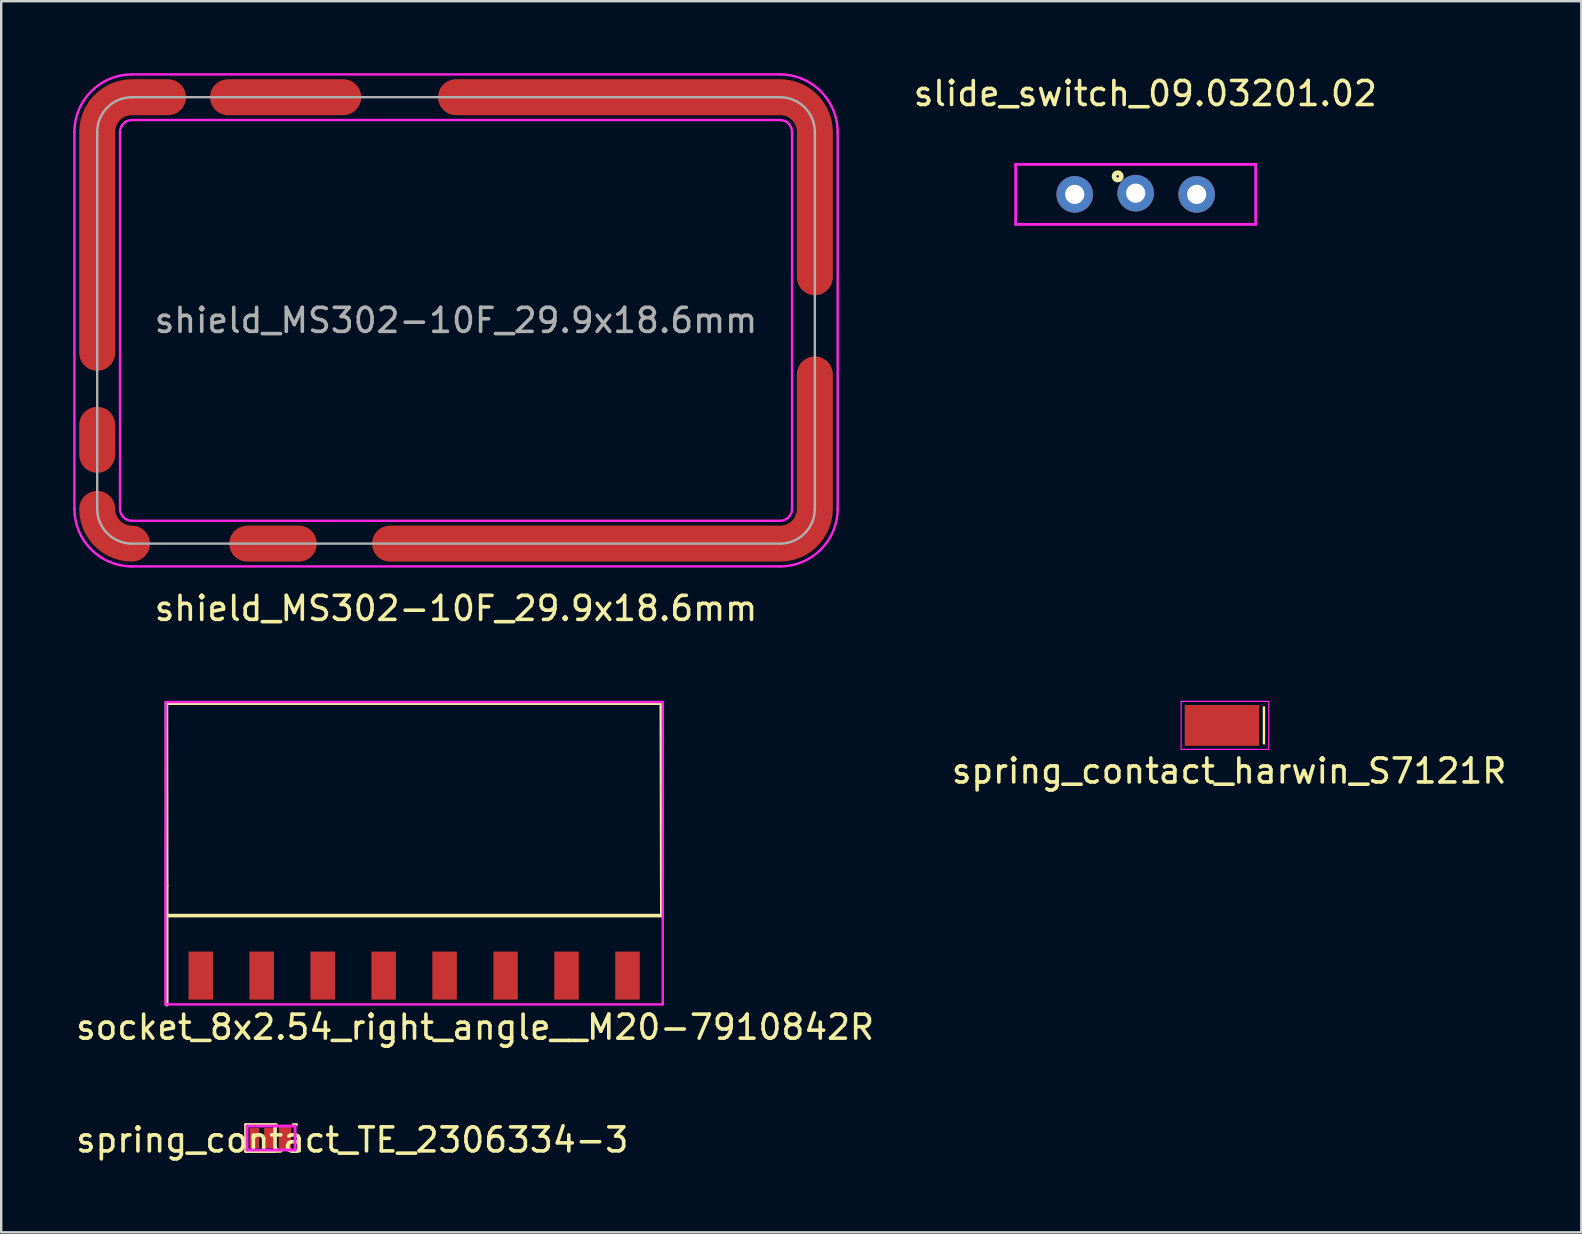
<source format=kicad_pcb>
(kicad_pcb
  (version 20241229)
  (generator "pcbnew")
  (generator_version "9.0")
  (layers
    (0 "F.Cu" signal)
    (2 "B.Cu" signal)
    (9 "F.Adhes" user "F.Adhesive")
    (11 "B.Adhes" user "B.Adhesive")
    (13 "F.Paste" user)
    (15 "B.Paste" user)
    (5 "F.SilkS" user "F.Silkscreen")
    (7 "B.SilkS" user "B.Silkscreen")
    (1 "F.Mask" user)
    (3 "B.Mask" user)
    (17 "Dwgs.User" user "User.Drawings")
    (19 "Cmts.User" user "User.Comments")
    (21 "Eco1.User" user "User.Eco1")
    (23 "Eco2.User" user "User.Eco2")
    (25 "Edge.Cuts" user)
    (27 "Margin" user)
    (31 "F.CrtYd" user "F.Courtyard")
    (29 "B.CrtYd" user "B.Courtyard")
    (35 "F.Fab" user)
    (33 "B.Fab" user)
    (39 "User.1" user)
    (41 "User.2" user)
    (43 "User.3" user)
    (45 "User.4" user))
  (footprint "socket_8x2.54_right_angle__M20-7910842R"
    (layer "F.Cu")
    (at 14.204 37.598)
    (property "Reference" "socket_8x2.54_right_angle__M20-7910842R" (at 2.54 2.15 0) (layer "F.SilkS") (effects (font (size 1 1) (thickness 0.15))))
    (attr smd)
    (fp_line (start -10.32 -11.35) (end -10.31 -3.75) (stroke (width 0.15) (type solid)) (layer "F.SilkS"))
    (fp_line (start -10.31 -3.75) (end -10.31 1.21) (stroke (width 0.15) (type solid)) (layer "F.SilkS"))
    (fp_line (start -10.3 -2.5) (end 10.32 -2.5) (stroke (width 0.15) (type solid)) (layer "F.SilkS"))
    (fp_line (start 10.3 -11.35) (end -10.32 -11.35) (stroke (width 0.15) (type solid)) (layer "F.SilkS"))
    (fp_line (start 10.3 -11.35) (end 10.32 -2.5) (stroke (width 0.15) (type solid)) (layer "F.SilkS"))
    (fp_line (start -10.36 -3.8) (end -10.35 -11.4) (stroke (width 0.1) (type solid)) (layer "F.CrtYd"))
    (fp_line (start -10.36 1.2) (end -10.36 -3.8) (stroke (width 0.1) (type solid)) (layer "F.CrtYd"))
    (fp_line (start -10.36 1.2) (end 10.36 1.2) (stroke (width 0.1) (type solid)) (layer "F.CrtYd"))
    (fp_line (start -10.35 -11.4) (end 10.36 -11.4) (stroke (width 0.1) (type solid)) (layer "F.CrtYd"))
    (fp_line (start 10.36 -11.4) (end 10.36 1.2) (stroke (width 0.1) (type solid)) (layer "F.CrtYd"))
    (pad "1" smd rect (at -8.89 0) (size 1.02 2) (layers "F.Cu" "F.Mask" "F.Paste"))
    (pad "2" smd rect (at -6.35 0) (size 1.02 2) (layers "F.Cu" "F.Mask" "F.Paste"))
    (pad "3" smd rect (at -3.81 0) (size 1.02 2) (layers "F.Cu" "F.Mask" "F.Paste"))
    (pad "4" smd rect (at -1.27 0) (size 1.02 2) (layers "F.Cu" "F.Mask" "F.Paste"))
    (pad "5" smd rect (at 1.27 0) (size 1.02 2) (layers "F.Cu" "F.Mask" "F.Paste"))
    (pad "6" smd rect (at 3.81 0) (size 1.02 2) (layers "F.Cu" "F.Mask" "F.Paste"))
    (pad "7" smd rect (at 6.35 0) (size 1.02 2) (layers "F.Cu" "F.Mask" "F.Paste"))
    (pad "8" smd rect (at 8.89 0) (size 1.02 2) (layers "F.Cu" "F.Mask" "F.Paste")))
  (footprint "spring_contact_harwin_S7121R"
    (layer "F.Cu")
    (at 48.161 27.173)
    (property "Reference" "spring_contact_harwin_S7121R" (at 0 1.9 0) (layer "F.SilkS") (effects (font (size 1 1) (thickness 0.15))))
    (attr through_hole)
    (fp_line (start 1.45 -0.75) (end 1.45 0.75) (stroke (width 0.1) (type solid)) (layer "F.SilkS"))
    (fp_line (start -2 -1) (end -2 1) (stroke (width 0.05) (type solid)) (layer "F.CrtYd"))
    (fp_line (start 1.65 -1) (end -2 -1) (stroke (width 0.05) (type solid)) (layer "F.CrtYd"))
    (fp_line (start 1.65 1) (end -2 1) (stroke (width 0.05) (type solid)) (layer "F.CrtYd"))
    (fp_line (start 1.65 1) (end 1.65 -1) (stroke (width 0.05) (type solid)) (layer "F.CrtYd"))
    (pad "1" smd rect (at -0.3 0) (size 3.1 1.7) (layers "F.Cu" "F.Mask" "F.Paste")))
  (footprint "shield_MS302-10F_29.9x18.6mm"
    (layer "F.Cu")
    (at 15.95 10.3)
    (property "Reference" "shield_MS302-10F_29.9x18.6mm" (at 0 12 0) (layer "F.SilkS") (effects (font (size 1 1) (thickness 0.15))))
    (attr smd)
    (fp_line (start -15.9 7.85) (end -15.9 -7.85) (stroke (width 0.1) (type solid)) (layer "F.CrtYd"))
    (fp_line (start -14 7.85) (end -14 -7.85) (stroke (width 0.1) (type solid)) (layer "F.CrtYd"))
    (fp_line (start 13.5 -10.25) (end -13.5 -10.25) (stroke (width 0.1) (type solid)) (layer "F.CrtYd"))
    (fp_line (start 13.5 -8.35) (end -13.5 -8.35) (stroke (width 0.1) (type solid)) (layer "F.CrtYd"))
    (fp_line (start 13.5 8.35) (end -13.5 8.35) (stroke (width 0.1) (type solid)) (layer "F.CrtYd"))
    (fp_line (start 13.5 10.25) (end -13.5 10.25) (stroke (width 0.1) (type solid)) (layer "F.CrtYd"))
    (fp_line (start 14 -7.85) (end 14 7.85) (stroke (width 0.1) (type solid)) (layer "F.CrtYd"))
    (fp_line (start 15.9 -7.85) (end 15.9 7.85) (stroke (width 0.1) (type solid)) (layer "F.CrtYd"))
    (fp_arc (start -15.9 -7.85) (mid -15.197056 -9.547056) (end -13.5 -10.25) (stroke (width 0.1) (type solid)) (layer "F.CrtYd"))
    (fp_arc (start -14 -7.85) (mid -13.853553 -8.203553) (end -13.5 -8.35) (stroke (width 0.1) (type solid)) (layer "F.CrtYd"))
    (fp_arc (start -13.5 8.35) (mid -13.853553 8.203553) (end -14 7.85) (stroke (width 0.1) (type solid)) (layer "F.CrtYd"))
    (fp_arc (start -13.5 10.25) (mid -15.197056 9.547056) (end -15.9 7.85) (stroke (width 0.1) (type solid)) (layer "F.CrtYd"))
    (fp_arc (start 13.5 -10.25) (mid 15.197056 -9.547056) (end 15.9 -7.85) (stroke (width 0.1) (type solid)) (layer "F.CrtYd"))
    (fp_arc (start 13.5 -8.35) (mid 13.853553 -8.203553) (end 14 -7.85) (stroke (width 0.1) (type solid)) (layer "F.CrtYd"))
    (fp_arc (start 14 7.85) (mid 13.853553 8.203553) (end 13.5 8.35) (stroke (width 0.1) (type solid)) (layer "F.CrtYd"))
    (fp_arc (start 15.9 7.85) (mid 15.197056 9.547056) (end 13.5 10.25) (stroke (width 0.1) (type solid)) (layer "F.CrtYd"))
    (fp_line (start -14.95 -7.85) (end -14.95 7.85) (stroke (width 0.1) (type solid)) (layer "F.Fab"))
    (fp_line (start -13.5 -9.3) (end 13.5 -9.3) (stroke (width 0.1) (type solid)) (layer "F.Fab"))
    (fp_line (start 13.5 9.3) (end -13.5 9.3) (stroke (width 0.1) (type solid)) (layer "F.Fab"))
    (fp_line (start 14.95 -7.85) (end 14.95 7.85) (stroke (width 0.1) (type solid)) (layer "F.Fab"))
    (fp_arc (start -14.95 -7.85) (mid -14.525305 -8.875305) (end -13.5 -9.3) (stroke (width 0.1) (type solid)) (layer "F.Fab"))
    (fp_arc (start -13.5 9.3) (mid -14.525305 8.875305) (end -14.95 7.85) (stroke (width 0.1) (type solid)) (layer "F.Fab"))
    (fp_arc (start 13.5 -9.3) (mid 14.525305 -8.875305) (end 14.95 -7.85) (stroke (width 0.1) (type solid)) (layer "F.Fab"))
    (fp_arc (start 14.95 7.85) (mid 14.525305 8.875305) (end 13.5 9.3) (stroke (width 0.1) (type solid)) (layer "F.Fab"))
    (fp_text user "${REFERENCE}" (at 0 0 0) (layer "F.Fab") (effects (font (size 1 1) (thickness 0.15))))
    (pad "1" smd custom (at -14.95 -1) (size 1 1) (layers "F.Cu" "F.Mask" "F.Paste") (options (anchor circle)) (primitives (gr_line (start 0 -6.85) (end 0 2.35) (width 1.5)) (gr_line (start 2.95 -8.3) (end 1.45 -8.3) (width 1.5)) (gr_arc (start 0 -6.85) (mid 0.424695 -7.875305) (end 1.45 -8.3) (width 1.5))))
    (pad "1" smd custom (at -14.95 5.55) (size 1 1) (layers "F.Cu" "F.Mask" "F.Paste") (options (anchor circle)) (primitives (gr_line (start 0 -1.2) (end 0 0.05) (width 1.5))))
    (pad "1" smd custom (at -14.95 8) (size 1 1) (layers "F.Cu" "F.Mask" "F.Paste") (options (anchor circle)) (primitives (gr_arc (start 1.45 1.3) (mid 0.424695 0.875305) (end 0 -0.15) (width 1.5))))
    (pad "1" smd custom (at -7.8 9.3) (size 1 1) (layers "F.Cu" "F.Mask" "F.Paste") (options (anchor circle)) (primitives (gr_line (start -0.9 0) (end 1.25 0) (width 1.5))))
    (pad "1" smd custom (at -7.15 -9.3) (size 1 1) (layers "F.Cu" "F.Mask" "F.Paste") (options (anchor circle)) (primitives (gr_line (start 2.45 0) (end -2.35 0) (width 1.5))))
    (pad "1" smd custom (at 14.95 -2.95) (size 1 1) (layers "F.Cu" "F.Mask" "F.Paste") (options (anchor circle)) (primitives (gr_line (start -1.5 -6.35) (end -14.95 -6.35) (width 1.5)) (gr_arc (start -1.45 -6.35) (mid -0.424695 -5.925305) (end 0 -4.9) (width 1.5)) (gr_line (start 0 1.15) (end 0 -4.9) (width 1.5))))
    (pad "1" smd custom (at 14.95 3.5) (size 1 1) (layers "F.Cu" "F.Mask" "F.Paste") (options (anchor circle)) (primitives (gr_line (start 0 4.35) (end 0 -1.25) (width 1.5)) (gr_arc (start 0 4.35) (mid -0.424695 5.375305) (end -1.45 5.8) (width 1.5)) (gr_line (start -17.7 5.8) (end -1.45 5.8) (width 1.5)))))
  (footprint "slide_switch_09.03201.02"
    (layer "F.Cu")
    (at 44.268 5.048)
    (property "Reference" "slide_switch_09.03201.02" (at 0.4 -4.2 0) (layer "F.SilkS") (effects (font (size 1 1) (thickness 0.15))))
    (attr through_hole)
    (fp_line (start -5 -1.25) (end 5 -1.25) (stroke (width 0.05) (type solid)) (layer "F.SilkS"))
    (fp_line (start -5 1.25) (end -5 -1.25) (stroke (width 0.05) (type solid)) (layer "F.SilkS"))
    (fp_line (start 5 -1.25) (end 5 1.25) (stroke (width 0.05) (type solid)) (layer "F.SilkS"))
    (fp_line (start 5 1.25) (end -5 1.25) (stroke (width 0.05) (type solid)) (layer "F.SilkS"))
    (fp_circle (center -0.75 -0.75) (end -0.7 -0.75) (stroke (width 0.2) (type solid)) (fill no) (layer "F.SilkS"))
    (fp_line (start -5 -1.25) (end -5 1.25) (stroke (width 0.12) (type solid)) (layer "F.CrtYd"))
    (fp_line (start -5 -1.25) (end 5 -1.25) (stroke (width 0.12) (type solid)) (layer "F.CrtYd"))
    (fp_line (start 5 -1.25) (end 5 1.25) (stroke (width 0.12) (type solid)) (layer "F.CrtYd"))
    (fp_line (start 5 1.25) (end -5 1.25) (stroke (width 0.12) (type solid)) (layer "F.CrtYd"))
    (pad "1" thru_hole circle (at 0 -0.05) (size 1.524 1.524) (drill 0.8) (layers "*.Cu" "*.Mask"))
    (pad "2" thru_hole circle (at 2.54 0) (size 1.524 1.524) (drill 0.8) (layers "*.Cu" "*.Mask"))
    (pad "3" thru_hole circle (at -2.54 0) (size 1.524 1.524) (drill 0.8) (layers "*.Cu" "*.Mask")))
  (footprint "spring_contact_TE_2306334-3"
    (layer "F.Cu")
    (at 8.245 44.365)
    (property "Reference" "spring_contact_TE_2306334-3" (at 3.38 0.08 0) (layer "F.SilkS") (effects (font (size 1 1) (thickness 0.15))))
    (attr through_hole)
    (fp_line (start -1.06 -0.56) (end -1.06 0.56) (stroke (width 0.12) (type solid)) (layer "F.SilkS"))
    (fp_line (start -1.06 -0.56) (end 0.21 -0.56) (stroke (width 0.12) (type solid)) (layer "F.SilkS"))
    (fp_line (start 0.21 0.56) (end -1.06 0.56) (stroke (width 0.12) (type solid)) (layer "F.SilkS"))
    (fp_line (start 0.92 -0.56) (end 1.06 -0.56) (stroke (width 0.12) (type solid)) (layer "F.SilkS"))
    (fp_line (start 1.06 0.56) (end 0.9 0.56) (stroke (width 0.12) (type solid)) (layer "F.SilkS"))
    (fp_line (start -1 -0.5) (end -1 0.5) (stroke (width 0.12) (type solid)) (layer "F.CrtYd"))
    (fp_line (start -1 0.5) (end 1 0.5) (stroke (width 0.12) (type solid)) (layer "F.CrtYd"))
    (fp_line (start 1 -0.5) (end -1 -0.5) (stroke (width 0.12) (type solid)) (layer "F.CrtYd"))
    (fp_line (start 1 0.5) (end 1 -0.5) (stroke (width 0.12) (type solid)) (layer "F.CrtYd"))
    (pad "1" smd rect (at -0.695 0) (size 0.41 0.84) (layers "F.Cu" "F.Mask" "F.Paste"))
    (pad "1" smd rect (at -0.085 0) (size 0.41 0.84) (layers "F.Cu" "F.Mask" "F.Paste"))
    (pad "1" smd rect (at 0.58 0) (size 0.52 1) (layers "F.Cu" "F.Mask" "F.Paste")))
  (gr_rect
    (start -3 -3)
    (end 62.833 48.293)
    (stroke (width 0.1) (type default))
    (fill no)
    (layer "Edge.Cuts")))
</source>
